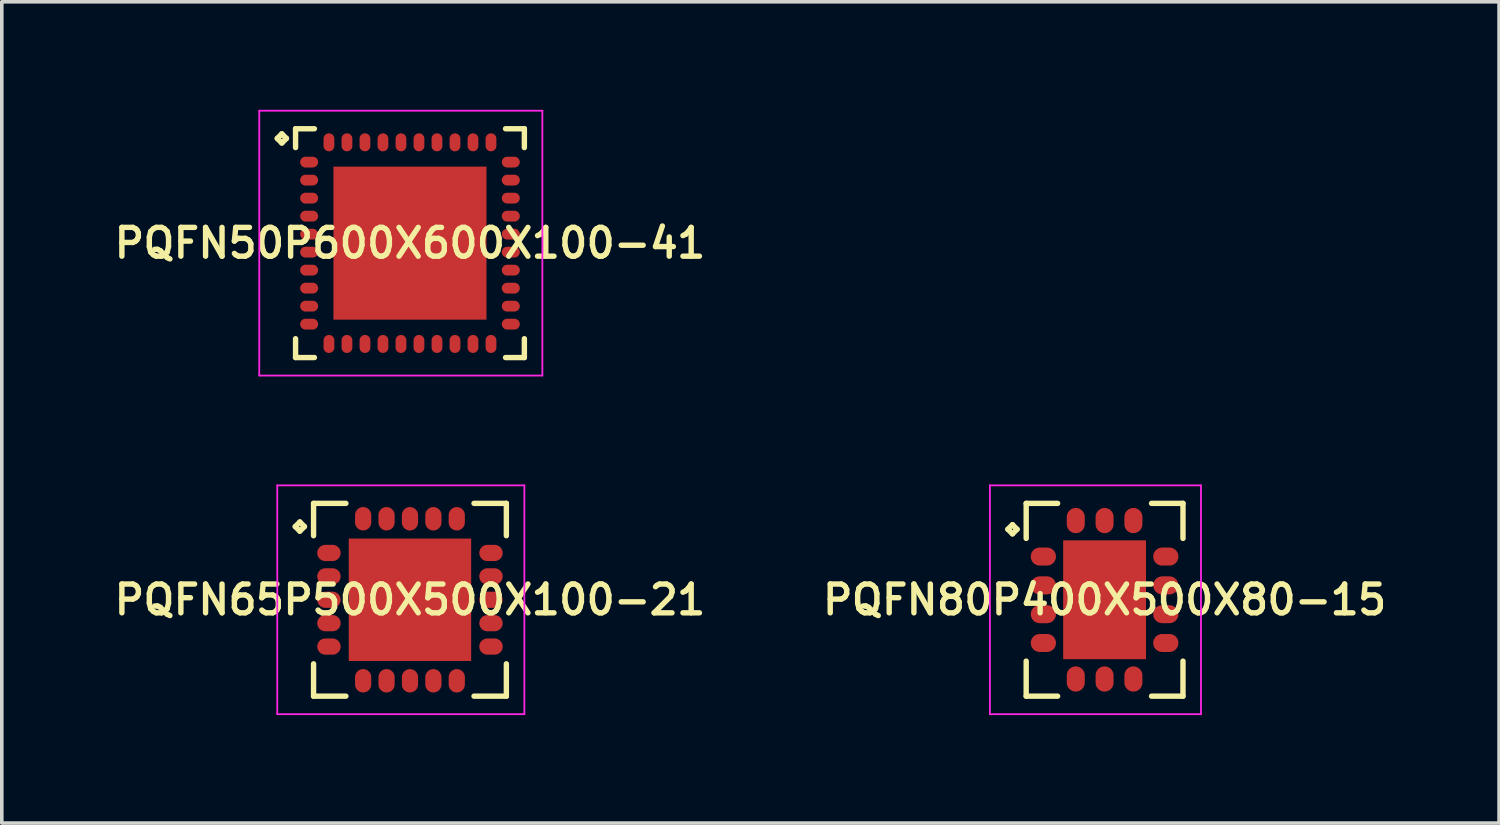
<source format=kicad_pcb>
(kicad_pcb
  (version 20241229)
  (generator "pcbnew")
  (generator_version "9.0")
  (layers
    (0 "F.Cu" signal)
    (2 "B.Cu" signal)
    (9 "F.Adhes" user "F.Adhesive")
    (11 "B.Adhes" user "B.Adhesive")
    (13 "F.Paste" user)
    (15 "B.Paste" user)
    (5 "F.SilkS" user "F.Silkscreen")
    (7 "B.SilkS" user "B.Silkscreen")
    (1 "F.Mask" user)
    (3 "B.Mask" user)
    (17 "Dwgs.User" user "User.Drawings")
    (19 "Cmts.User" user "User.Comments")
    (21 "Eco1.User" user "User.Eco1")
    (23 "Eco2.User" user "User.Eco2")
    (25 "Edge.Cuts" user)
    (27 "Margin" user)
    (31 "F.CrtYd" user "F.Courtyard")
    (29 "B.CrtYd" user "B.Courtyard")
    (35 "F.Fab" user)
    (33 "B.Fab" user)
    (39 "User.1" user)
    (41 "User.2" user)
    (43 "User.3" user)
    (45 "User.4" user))
  (footprint "PQFN50P600X600X100-41"
    (layer "F.Cu")
    (at 8.335 3.702)
    (property "Reference" "PQFN50P600X600X100-41" (at 0 0 0) (layer "F.SilkS") (effects (font (size 0.8 0.8) (thickness 0.15))))
    (attr smd)
    (fp_line (start -3.685 -2.908) (end -3.558 -3.035) (stroke (width 0.15) (type solid)) (layer "F.SilkS"))
    (fp_line (start -3.558 -3.035) (end -3.431 -2.908) (stroke (width 0.15) (type solid)) (layer "F.SilkS"))
    (fp_line (start -3.558 -2.781) (end -3.685 -2.908) (stroke (width 0.15) (type solid)) (layer "F.SilkS"))
    (fp_line (start -3.431 -2.908) (end -3.558 -2.781) (stroke (width 0.15) (type solid)) (layer "F.SilkS"))
    (fp_line (start -3.177 -3.177) (end -2.654 -3.177) (stroke (width 0.15) (type solid)) (layer "F.SilkS"))
    (fp_line (start -3.177 -2.654) (end -3.177 -3.177) (stroke (width 0.15) (type solid)) (layer "F.SilkS"))
    (fp_line (start -3.177 2.654) (end -3.177 3.177) (stroke (width 0.15) (type solid)) (layer "F.SilkS"))
    (fp_line (start -3.177 3.177) (end -2.654 3.177) (stroke (width 0.15) (type solid)) (layer "F.SilkS"))
    (fp_line (start 2.654 -3.177) (end 3.177 -3.177) (stroke (width 0.15) (type solid)) (layer "F.SilkS"))
    (fp_line (start 2.654 3.177) (end 3.177 3.177) (stroke (width 0.15) (type solid)) (layer "F.SilkS"))
    (fp_line (start 3.177 -3.177) (end 3.177 -2.654) (stroke (width 0.15) (type solid)) (layer "F.SilkS"))
    (fp_line (start 3.177 3.177) (end 3.177 2.654) (stroke (width 0.15) (type solid)) (layer "F.SilkS"))
    (fp_line (start -4.185 -3.677) (end 3.677 -3.677) (stroke (width 0.05) (type solid)) (layer "F.CrtYd"))
    (fp_line (start -4.185 3.677) (end -4.185 -3.677) (stroke (width 0.05) (type solid)) (layer "F.CrtYd"))
    (fp_line (start 3.677 -3.677) (end 3.677 3.677) (stroke (width 0.05) (type solid)) (layer "F.CrtYd"))
    (fp_line (start 3.677 3.677) (end -4.185 3.677) (stroke (width 0.05) (type solid)) (layer "F.CrtYd"))
    (pad "1" smd oval (at -2.8 -2.25) (size 0.5 0.3) (layers "F.Cu" "F.Mask" "F.Paste"))
    (pad "2" smd oval (at -2.8 -1.75) (size 0.5 0.3) (layers "F.Cu" "F.Mask" "F.Paste"))
    (pad "3" smd oval (at -2.8 -1.25) (size 0.5 0.3) (layers "F.Cu" "F.Mask" "F.Paste"))
    (pad "4" smd oval (at -2.8 -0.75) (size 0.5 0.3) (layers "F.Cu" "F.Mask" "F.Paste"))
    (pad "5" smd oval (at -2.8 -0.25) (size 0.5 0.3) (layers "F.Cu" "F.Mask" "F.Paste"))
    (pad "6" smd oval (at -2.8 0.25) (size 0.5 0.3) (layers "F.Cu" "F.Mask" "F.Paste"))
    (pad "7" smd oval (at -2.8 0.75) (size 0.5 0.3) (layers "F.Cu" "F.Mask" "F.Paste"))
    (pad "8" smd oval (at -2.8 1.25) (size 0.5 0.3) (layers "F.Cu" "F.Mask" "F.Paste"))
    (pad "9" smd oval (at -2.8 1.75) (size 0.5 0.3) (layers "F.Cu" "F.Mask" "F.Paste"))
    (pad "10" smd oval (at -2.8 2.25) (size 0.5 0.3) (layers "F.Cu" "F.Mask" "F.Paste"))
    (pad "11" smd oval (at -2.25 2.8) (size 0.3 0.5) (layers "F.Cu" "F.Mask" "F.Paste"))
    (pad "12" smd oval (at -1.75 2.8) (size 0.3 0.5) (layers "F.Cu" "F.Mask" "F.Paste"))
    (pad "13" smd oval (at -1.25 2.8) (size 0.3 0.5) (layers "F.Cu" "F.Mask" "F.Paste"))
    (pad "14" smd oval (at -0.75 2.8) (size 0.3 0.5) (layers "F.Cu" "F.Mask" "F.Paste"))
    (pad "15" smd oval (at -0.25 2.8) (size 0.3 0.5) (layers "F.Cu" "F.Mask" "F.Paste"))
    (pad "16" smd oval (at 0.25 2.8) (size 0.3 0.5) (layers "F.Cu" "F.Mask" "F.Paste"))
    (pad "17" smd oval (at 0.75 2.8) (size 0.3 0.5) (layers "F.Cu" "F.Mask" "F.Paste"))
    (pad "18" smd oval (at 1.25 2.8) (size 0.3 0.5) (layers "F.Cu" "F.Mask" "F.Paste"))
    (pad "19" smd oval (at 1.75 2.8) (size 0.3 0.5) (layers "F.Cu" "F.Mask" "F.Paste"))
    (pad "20" smd oval (at 2.25 2.8) (size 0.3 0.5) (layers "F.Cu" "F.Mask" "F.Paste"))
    (pad "21" smd oval (at 2.8 2.25) (size 0.5 0.3) (layers "F.Cu" "F.Mask" "F.Paste"))
    (pad "22" smd oval (at 2.8 1.75) (size 0.5 0.3) (layers "F.Cu" "F.Mask" "F.Paste"))
    (pad "23" smd oval (at 2.8 1.25) (size 0.5 0.3) (layers "F.Cu" "F.Mask" "F.Paste"))
    (pad "24" smd oval (at 2.8 0.75) (size 0.5 0.3) (layers "F.Cu" "F.Mask" "F.Paste"))
    (pad "25" smd oval (at 2.8 0.25) (size 0.5 0.3) (layers "F.Cu" "F.Mask" "F.Paste"))
    (pad "26" smd oval (at 2.8 -0.25) (size 0.5 0.3) (layers "F.Cu" "F.Mask" "F.Paste"))
    (pad "27" smd oval (at 2.8 -0.75) (size 0.5 0.3) (layers "F.Cu" "F.Mask" "F.Paste"))
    (pad "28" smd oval (at 2.8 -1.25) (size 0.5 0.3) (layers "F.Cu" "F.Mask" "F.Paste"))
    (pad "29" smd oval (at 2.8 -1.75) (size 0.5 0.3) (layers "F.Cu" "F.Mask" "F.Paste"))
    (pad "30" smd oval (at 2.8 -2.25) (size 0.5 0.3) (layers "F.Cu" "F.Mask" "F.Paste"))
    (pad "31" smd oval (at 2.25 -2.8) (size 0.3 0.5) (layers "F.Cu" "F.Mask" "F.Paste"))
    (pad "32" smd oval (at 1.75 -2.8) (size 0.3 0.5) (layers "F.Cu" "F.Mask" "F.Paste"))
    (pad "33" smd oval (at 1.25 -2.8) (size 0.3 0.5) (layers "F.Cu" "F.Mask" "F.Paste"))
    (pad "34" smd oval (at 0.75 -2.8) (size 0.3 0.5) (layers "F.Cu" "F.Mask" "F.Paste"))
    (pad "35" smd oval (at 0.25 -2.8) (size 0.3 0.5) (layers "F.Cu" "F.Mask" "F.Paste"))
    (pad "36" smd oval (at -0.25 -2.8) (size 0.3 0.5) (layers "F.Cu" "F.Mask" "F.Paste"))
    (pad "37" smd oval (at -0.75 -2.8) (size 0.3 0.5) (layers "F.Cu" "F.Mask" "F.Paste"))
    (pad "38" smd oval (at -1.25 -2.8) (size 0.3 0.5) (layers "F.Cu" "F.Mask" "F.Paste"))
    (pad "39" smd oval (at -1.75 -2.8) (size 0.3 0.5) (layers "F.Cu" "F.Mask" "F.Paste"))
    (pad "40" smd oval (at -2.25 -2.8) (size 0.3 0.5) (layers "F.Cu" "F.Mask" "F.Paste"))
    (pad "41" smd rect (at 0 0) (size 4.25 4.25) (layers "F.Cu" "F.Mask" "F.Paste")))
  (footprint "PQFN80P400X500X80-15"
    (layer "F.Cu")
    (at 27.625 13.606)
    (property "Reference" "PQFN80P400X500X80-15" (at 0 0 0) (layer "F.SilkS") (effects (font (size 0.8 0.8) (thickness 0.15))))
    (attr smd)
    (fp_line (start -2.685 -1.958) (end -2.558 -2.085) (stroke (width 0.15) (type solid)) (layer "F.SilkS"))
    (fp_line (start -2.558 -2.085) (end -2.431 -1.958) (stroke (width 0.15) (type solid)) (layer "F.SilkS"))
    (fp_line (start -2.558 -1.831) (end -2.685 -1.958) (stroke (width 0.15) (type solid)) (layer "F.SilkS"))
    (fp_line (start -2.431 -1.958) (end -2.558 -1.831) (stroke (width 0.15) (type solid)) (layer "F.SilkS"))
    (fp_line (start -2.177 -2.677) (end -1.304 -2.677) (stroke (width 0.15) (type solid)) (layer "F.SilkS"))
    (fp_line (start -2.177 -1.704) (end -2.177 -2.677) (stroke (width 0.15) (type solid)) (layer "F.SilkS"))
    (fp_line (start -2.177 1.704) (end -2.177 2.677) (stroke (width 0.15) (type solid)) (layer "F.SilkS"))
    (fp_line (start -2.177 2.677) (end -1.304 2.677) (stroke (width 0.15) (type solid)) (layer "F.SilkS"))
    (fp_line (start 1.304 -2.677) (end 2.177 -2.677) (stroke (width 0.15) (type solid)) (layer "F.SilkS"))
    (fp_line (start 1.304 2.677) (end 2.177 2.677) (stroke (width 0.15) (type solid)) (layer "F.SilkS"))
    (fp_line (start 2.177 -2.677) (end 2.177 -1.704) (stroke (width 0.15) (type solid)) (layer "F.SilkS"))
    (fp_line (start 2.177 2.677) (end 2.177 1.704) (stroke (width 0.15) (type solid)) (layer "F.SilkS"))
    (fp_line (start -3.185 -3.177) (end 2.677 -3.177) (stroke (width 0.05) (type solid)) (layer "F.CrtYd"))
    (fp_line (start -3.185 3.177) (end -3.185 -3.177) (stroke (width 0.05) (type solid)) (layer "F.CrtYd"))
    (fp_line (start 2.677 -3.177) (end 2.677 3.177) (stroke (width 0.05) (type solid)) (layer "F.CrtYd"))
    (fp_line (start 2.677 3.177) (end -3.185 3.177) (stroke (width 0.05) (type solid)) (layer "F.CrtYd"))
    (pad "1" smd oval (at -1.7 -1.2) (size 0.7 0.5) (layers "F.Cu" "F.Mask" "F.Paste"))
    (pad "2" smd oval (at -1.7 -0.4) (size 0.7 0.5) (layers "F.Cu" "F.Mask" "F.Paste"))
    (pad "3" smd oval (at -1.7 0.4) (size 0.7 0.5) (layers "F.Cu" "F.Mask" "F.Paste"))
    (pad "4" smd oval (at -1.7 1.2) (size 0.7 0.5) (layers "F.Cu" "F.Mask" "F.Paste"))
    (pad "5" smd oval (at -0.8 2.2) (size 0.5 0.7) (layers "F.Cu" "F.Mask" "F.Paste"))
    (pad "6" smd oval (at 0 2.2) (size 0.5 0.7) (layers "F.Cu" "F.Mask" "F.Paste"))
    (pad "7" smd oval (at 0.8 2.2) (size 0.5 0.7) (layers "F.Cu" "F.Mask" "F.Paste"))
    (pad "8" smd oval (at 1.7 1.2) (size 0.7 0.5) (layers "F.Cu" "F.Mask" "F.Paste"))
    (pad "9" smd oval (at 1.7 0.4) (size 0.7 0.5) (layers "F.Cu" "F.Mask" "F.Paste"))
    (pad "10" smd oval (at 1.7 -0.4) (size 0.7 0.5) (layers "F.Cu" "F.Mask" "F.Paste"))
    (pad "11" smd oval (at 1.7 -1.2) (size 0.7 0.5) (layers "F.Cu" "F.Mask" "F.Paste"))
    (pad "12" smd oval (at 0.8 -2.2) (size 0.5 0.7) (layers "F.Cu" "F.Mask" "F.Paste"))
    (pad "13" smd oval (at 0 -2.2) (size 0.5 0.7) (layers "F.Cu" "F.Mask" "F.Paste"))
    (pad "14" smd oval (at -0.8 -2.2) (size 0.5 0.7) (layers "F.Cu" "F.Mask" "F.Paste"))
    (pad "15" smd rect (at 0 0) (size 2.3 3.3) (layers "F.Cu" "F.Mask" "F.Paste")))
  (footprint "PQFN65P500X500X100-21"
    (layer "F.Cu")
    (at 8.335 13.606)
    (property "Reference" "PQFN65P500X500X100-21" (at 0 0 0) (layer "F.SilkS") (effects (font (size 0.8 0.8) (thickness 0.15))))
    (attr smd)
    (fp_line (start -3.185 -2.033) (end -3.058 -2.16) (stroke (width 0.15) (type solid)) (layer "F.SilkS"))
    (fp_line (start -3.058 -2.16) (end -2.931 -2.033) (stroke (width 0.15) (type solid)) (layer "F.SilkS"))
    (fp_line (start -3.058 -1.906) (end -3.185 -2.033) (stroke (width 0.15) (type solid)) (layer "F.SilkS"))
    (fp_line (start -2.931 -2.033) (end -3.058 -1.906) (stroke (width 0.15) (type solid)) (layer "F.SilkS"))
    (fp_line (start -2.677 -2.677) (end -1.779 -2.677) (stroke (width 0.15) (type solid)) (layer "F.SilkS"))
    (fp_line (start -2.677 -1.779) (end -2.677 -2.677) (stroke (width 0.15) (type solid)) (layer "F.SilkS"))
    (fp_line (start -2.677 1.779) (end -2.677 2.677) (stroke (width 0.15) (type solid)) (layer "F.SilkS"))
    (fp_line (start -2.677 2.677) (end -1.779 2.677) (stroke (width 0.15) (type solid)) (layer "F.SilkS"))
    (fp_line (start 1.779 -2.677) (end 2.677 -2.677) (stroke (width 0.15) (type solid)) (layer "F.SilkS"))
    (fp_line (start 1.779 2.677) (end 2.677 2.677) (stroke (width 0.15) (type solid)) (layer "F.SilkS"))
    (fp_line (start 2.677 -2.677) (end 2.677 -1.779) (stroke (width 0.15) (type solid)) (layer "F.SilkS"))
    (fp_line (start 2.677 2.677) (end 2.677 1.779) (stroke (width 0.15) (type solid)) (layer "F.SilkS"))
    (fp_line (start -3.685 -3.177) (end 3.177 -3.177) (stroke (width 0.05) (type solid)) (layer "F.CrtYd"))
    (fp_line (start -3.685 3.177) (end -3.685 -3.177) (stroke (width 0.05) (type solid)) (layer "F.CrtYd"))
    (fp_line (start 3.177 -3.177) (end 3.177 3.177) (stroke (width 0.05) (type solid)) (layer "F.CrtYd"))
    (fp_line (start 3.177 3.177) (end -3.685 3.177) (stroke (width 0.05) (type solid)) (layer "F.CrtYd"))
    (pad "1" smd oval (at -2.25 -1.3) (size 0.65 0.45) (layers "F.Cu" "F.Mask" "F.Paste"))
    (pad "2" smd oval (at -2.25 -0.65) (size 0.65 0.45) (layers "F.Cu" "F.Mask" "F.Paste"))
    (pad "3" smd oval (at -2.25 0) (size 0.65 0.45) (layers "F.Cu" "F.Mask" "F.Paste"))
    (pad "4" smd oval (at -2.25 0.65) (size 0.65 0.45) (layers "F.Cu" "F.Mask" "F.Paste"))
    (pad "5" smd oval (at -2.25 1.3) (size 0.65 0.45) (layers "F.Cu" "F.Mask" "F.Paste"))
    (pad "6" smd oval (at -1.3 2.25) (size 0.45 0.65) (layers "F.Cu" "F.Mask" "F.Paste"))
    (pad "7" smd oval (at -0.65 2.25) (size 0.45 0.65) (layers "F.Cu" "F.Mask" "F.Paste"))
    (pad "8" smd oval (at 0 2.25) (size 0.45 0.65) (layers "F.Cu" "F.Mask" "F.Paste"))
    (pad "9" smd oval (at 0.65 2.25) (size 0.45 0.65) (layers "F.Cu" "F.Mask" "F.Paste"))
    (pad "10" smd oval (at 1.3 2.25) (size 0.45 0.65) (layers "F.Cu" "F.Mask" "F.Paste"))
    (pad "11" smd oval (at 2.25 1.3) (size 0.65 0.45) (layers "F.Cu" "F.Mask" "F.Paste"))
    (pad "12" smd oval (at 2.25 0.65) (size 0.65 0.45) (layers "F.Cu" "F.Mask" "F.Paste"))
    (pad "13" smd oval (at 2.25 0) (size 0.65 0.45) (layers "F.Cu" "F.Mask" "F.Paste"))
    (pad "14" smd oval (at 2.25 -0.65) (size 0.65 0.45) (layers "F.Cu" "F.Mask" "F.Paste"))
    (pad "15" smd oval (at 2.25 -1.3) (size 0.65 0.45) (layers "F.Cu" "F.Mask" "F.Paste"))
    (pad "16" smd oval (at 1.3 -2.25) (size 0.45 0.65) (layers "F.Cu" "F.Mask" "F.Paste"))
    (pad "17" smd oval (at 0.65 -2.25) (size 0.45 0.65) (layers "F.Cu" "F.Mask" "F.Paste"))
    (pad "18" smd oval (at 0 -2.25) (size 0.45 0.65) (layers "F.Cu" "F.Mask" "F.Paste"))
    (pad "19" smd oval (at -0.65 -2.25) (size 0.45 0.65) (layers "F.Cu" "F.Mask" "F.Paste"))
    (pad "20" smd oval (at -1.3 -2.25) (size 0.45 0.65) (layers "F.Cu" "F.Mask" "F.Paste"))
    (pad "21" smd rect (at 0 0) (size 3.4 3.4) (layers "F.Cu" "F.Mask" "F.Paste")))
  (gr_rect
    (start -3 -3)
    (end 38.58 19.808)
    (stroke (width 0.1) (type default))
    (fill no)
    (layer "Edge.Cuts")))
</source>
